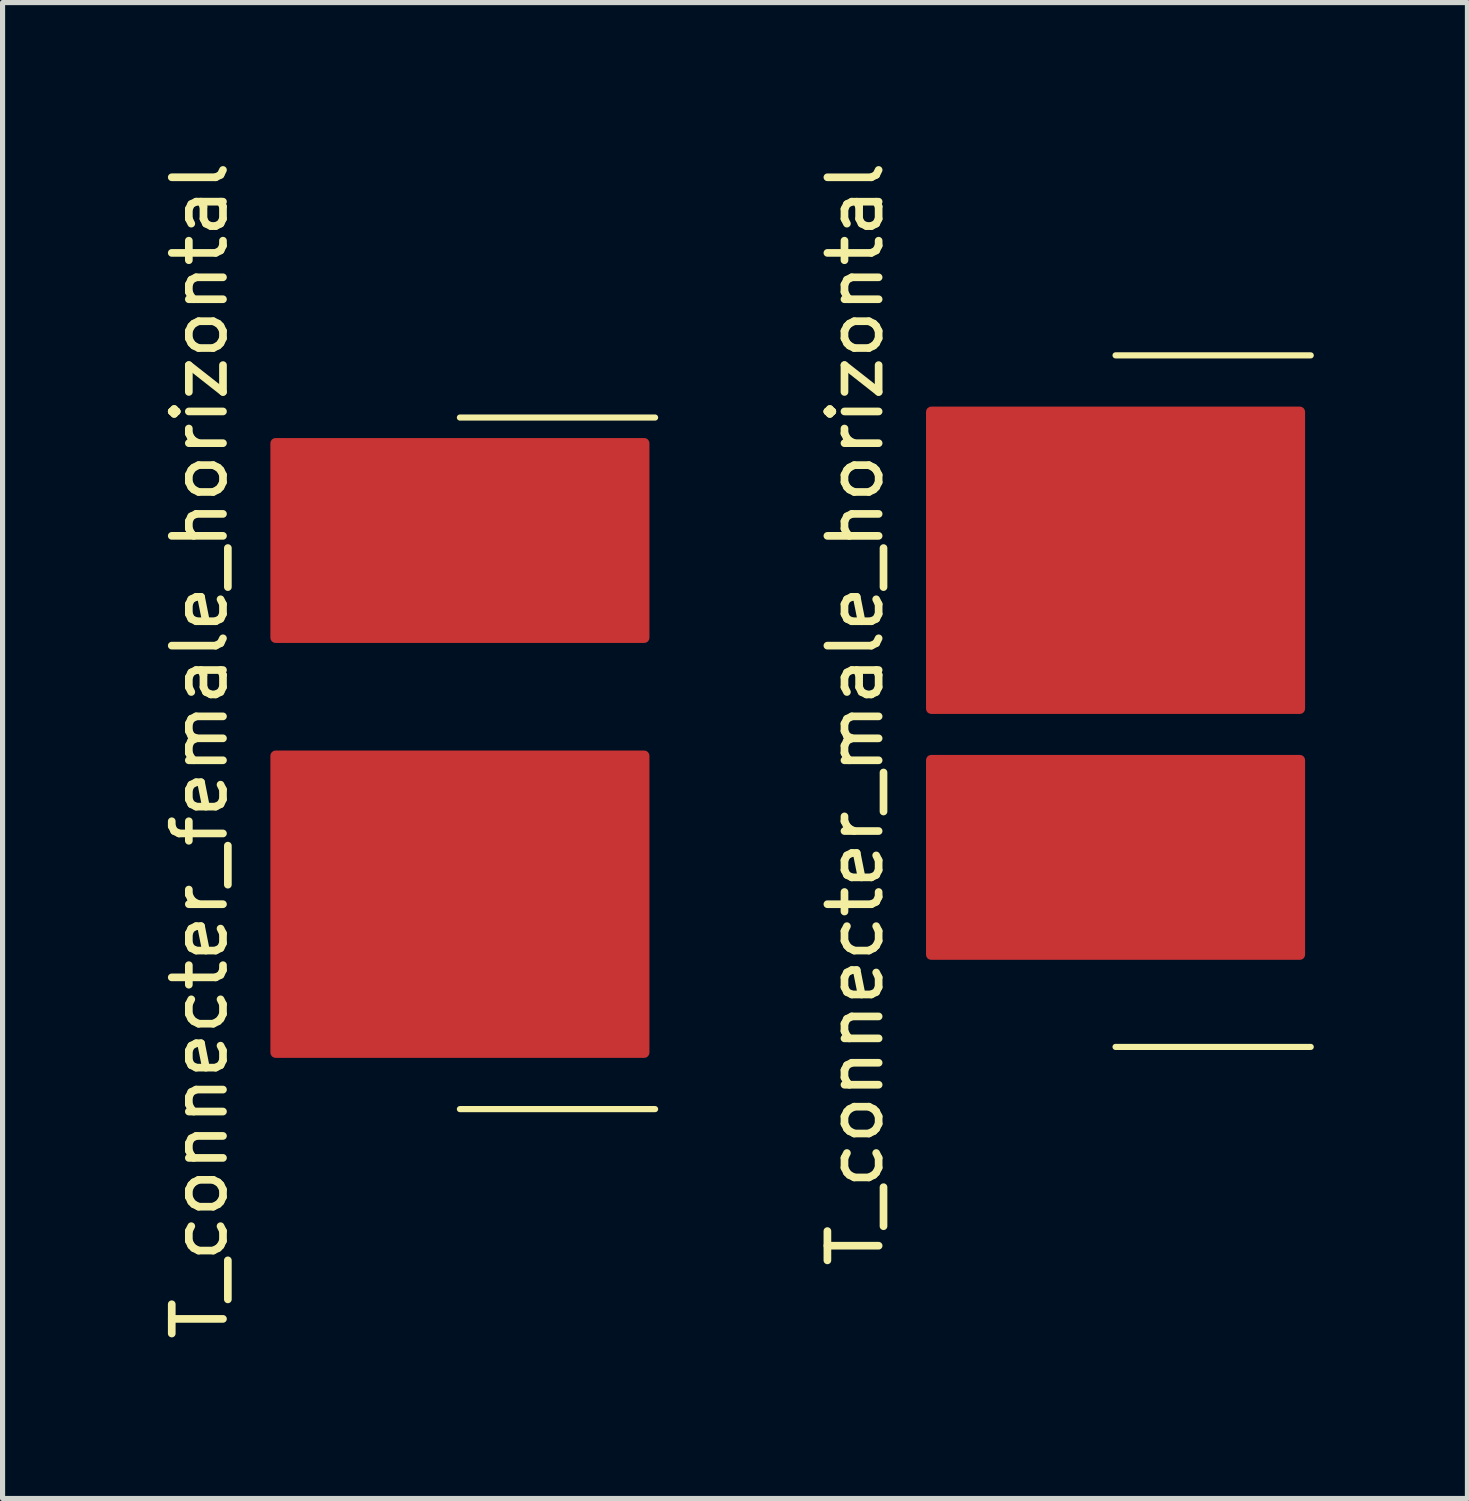
<source format=kicad_pcb>
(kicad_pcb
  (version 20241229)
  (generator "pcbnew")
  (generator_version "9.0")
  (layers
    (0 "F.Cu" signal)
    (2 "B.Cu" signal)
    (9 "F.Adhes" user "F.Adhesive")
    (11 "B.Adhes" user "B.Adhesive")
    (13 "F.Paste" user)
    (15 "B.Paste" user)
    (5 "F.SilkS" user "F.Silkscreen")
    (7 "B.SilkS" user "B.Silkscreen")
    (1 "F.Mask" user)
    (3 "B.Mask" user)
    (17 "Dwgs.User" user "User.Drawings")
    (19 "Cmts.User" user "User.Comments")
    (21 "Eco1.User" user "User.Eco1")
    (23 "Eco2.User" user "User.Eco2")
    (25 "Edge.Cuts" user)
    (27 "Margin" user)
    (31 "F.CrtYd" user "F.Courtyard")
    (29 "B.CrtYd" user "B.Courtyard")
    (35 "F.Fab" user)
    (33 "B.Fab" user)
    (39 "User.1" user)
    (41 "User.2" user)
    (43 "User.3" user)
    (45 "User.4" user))
  (footprint "T_connecter_female_horizontal"
    (layer "F.Cu")
    (at 5.928 11.601)
    (property "Reference" "T_connecter_female_horizontal" (at -5.08 0 90) (layer "F.SilkS") (effects (font (size 1 1) (thickness 0.15))))
    (attr through_hole)
    (fp_line (start 3.81 -6.5) (end 0 -6.5) (stroke (width 0.12) (type solid)) (layer "F.SilkS"))
    (fp_line (start 3.81 7) (end 0 7) (stroke (width 0.12) (type solid)) (layer "F.SilkS"))
    (pad "1" smd roundrect (at 0 -4.1) (size 7.4 4) (layers "F.Cu" "F.Mask" "F.Paste") (roundrect_rratio 0.025))
    (pad "2" smd roundrect (at 0 3 90) (size 6 7.4) (layers "F.Cu" "F.Mask" "F.Paste") (roundrect_rratio 0.017)))
  (footprint "T_connecter_male_horizontal"
    (layer "F.Cu")
    (at 18.727 10.887)
    (property "Reference" "T_connecter_male_horizontal" (at -5.08 0 90) (layer "F.SilkS") (effects (font (size 1 1) (thickness 0.15))))
    (attr through_hole)
    (fp_line (start 3.81 -7) (end 0 -7) (stroke (width 0.12) (type solid)) (layer "F.SilkS"))
    (fp_line (start 3.81 6.5) (end 0 6.5) (stroke (width 0.12) (type solid)) (layer "F.SilkS"))
    (pad "1" smd roundrect (at 0 2.8) (size 7.4 4) (layers "F.Cu" "F.Mask" "F.Paste") (roundrect_rratio 0.025))
    (pad "2" smd roundrect (at 0 -3 90) (size 6 7.4) (layers "F.Cu" "F.Mask" "F.Paste") (roundrect_rratio 0.017)))
  (gr_rect
    (start -3 -3)
    (end 25.596 26.202)
    (stroke (width 0.1) (type default))
    (fill no)
    (layer "Edge.Cuts")))
</source>
